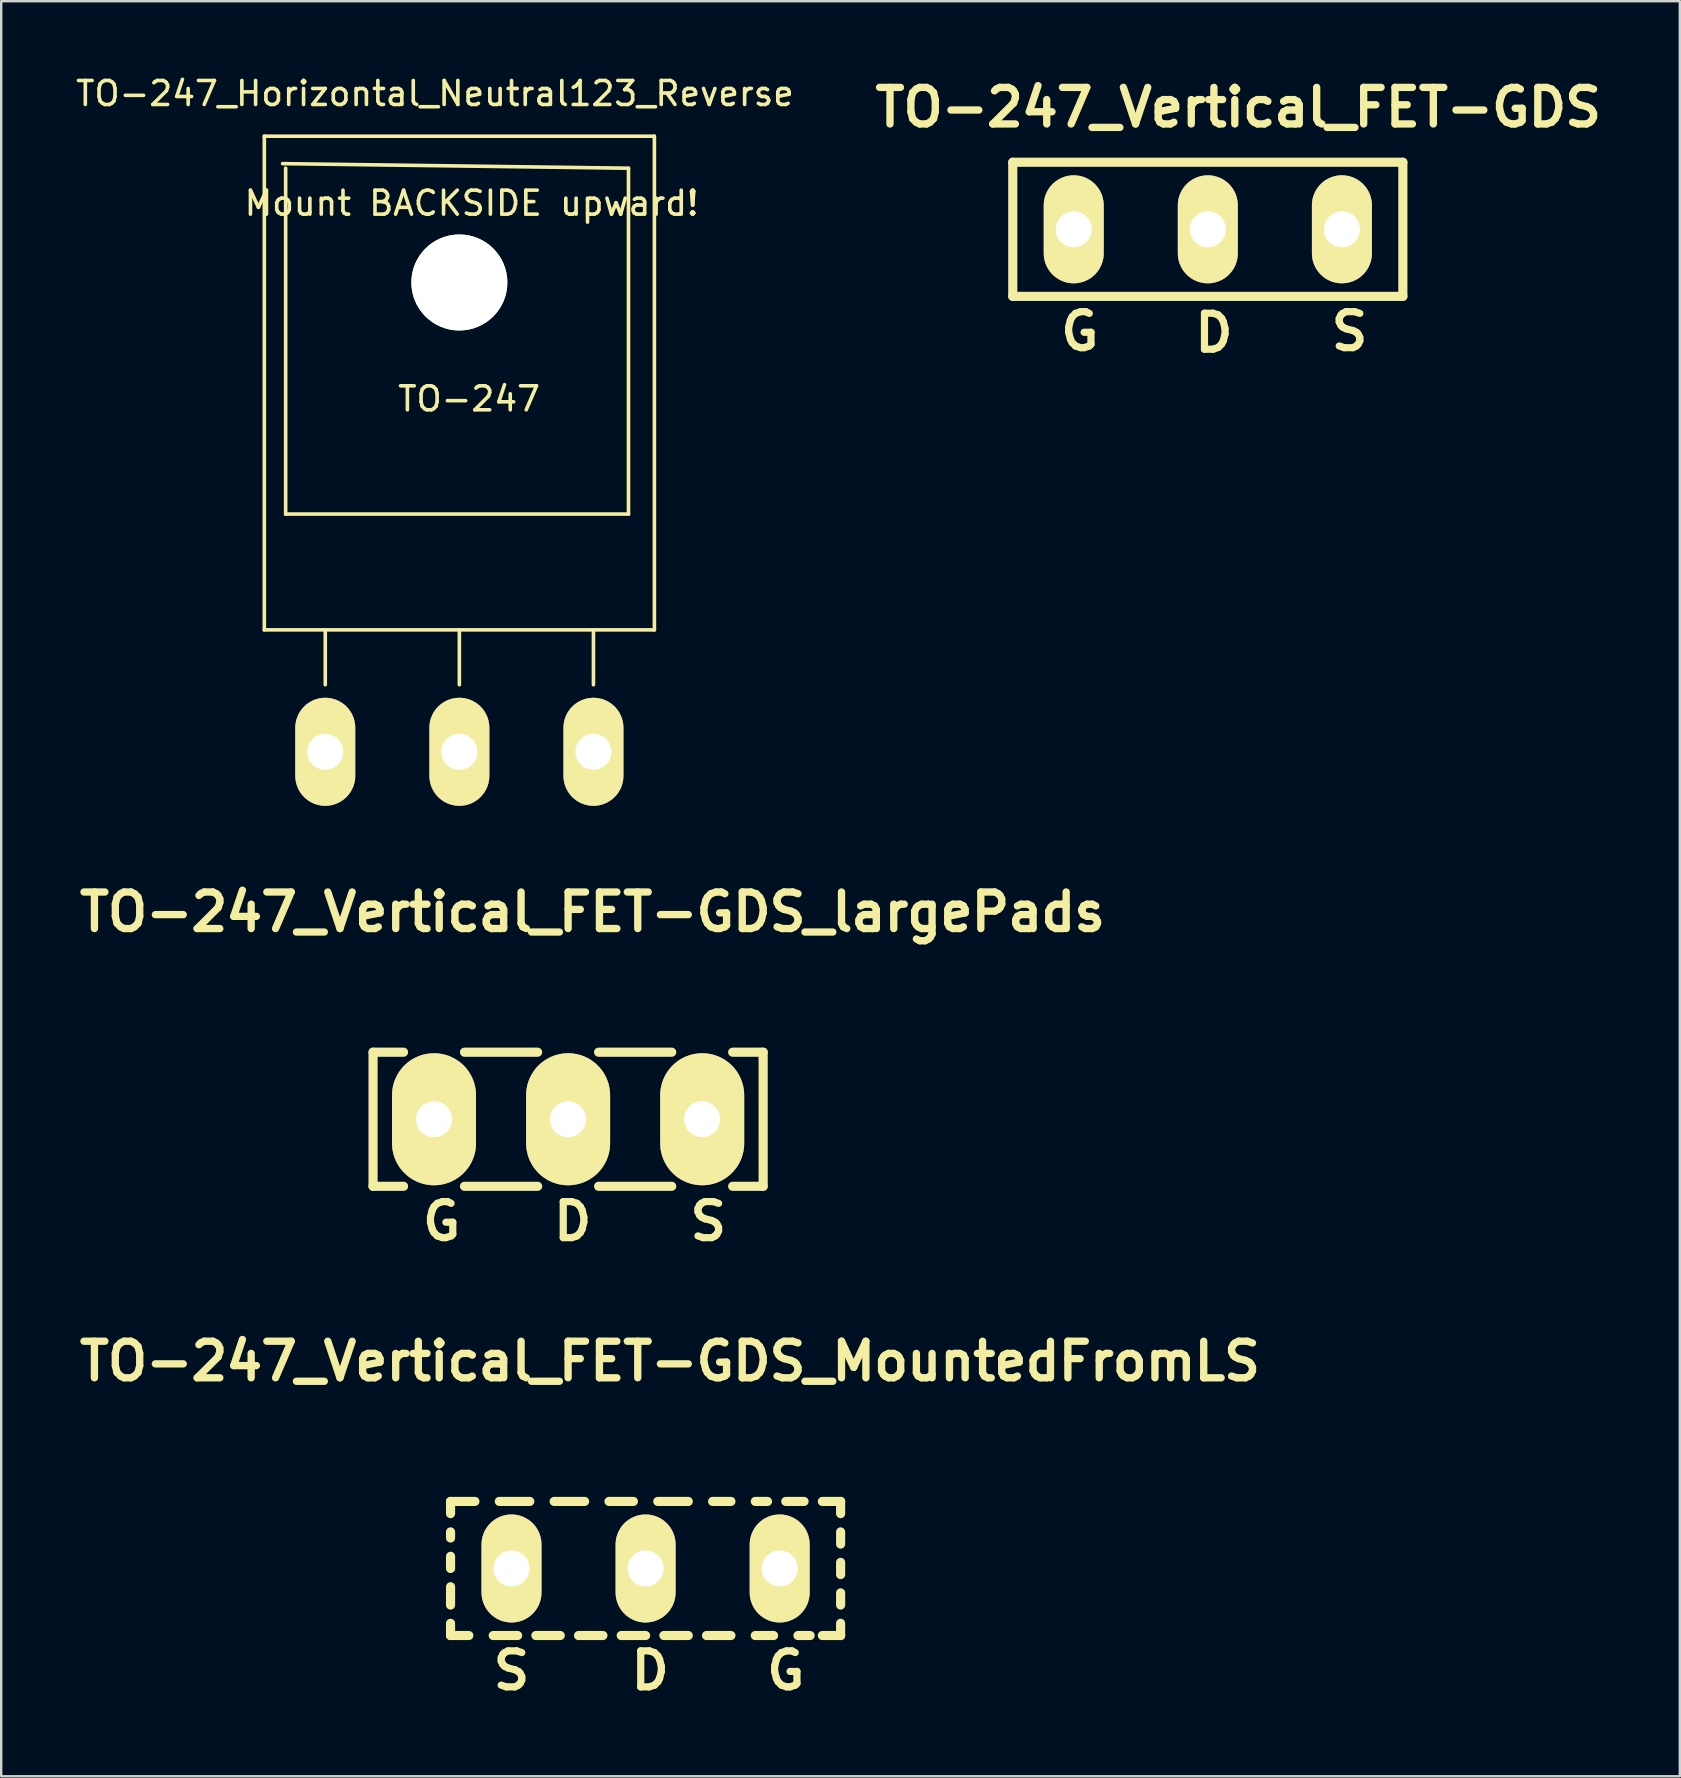
<source format=kicad_pcb>
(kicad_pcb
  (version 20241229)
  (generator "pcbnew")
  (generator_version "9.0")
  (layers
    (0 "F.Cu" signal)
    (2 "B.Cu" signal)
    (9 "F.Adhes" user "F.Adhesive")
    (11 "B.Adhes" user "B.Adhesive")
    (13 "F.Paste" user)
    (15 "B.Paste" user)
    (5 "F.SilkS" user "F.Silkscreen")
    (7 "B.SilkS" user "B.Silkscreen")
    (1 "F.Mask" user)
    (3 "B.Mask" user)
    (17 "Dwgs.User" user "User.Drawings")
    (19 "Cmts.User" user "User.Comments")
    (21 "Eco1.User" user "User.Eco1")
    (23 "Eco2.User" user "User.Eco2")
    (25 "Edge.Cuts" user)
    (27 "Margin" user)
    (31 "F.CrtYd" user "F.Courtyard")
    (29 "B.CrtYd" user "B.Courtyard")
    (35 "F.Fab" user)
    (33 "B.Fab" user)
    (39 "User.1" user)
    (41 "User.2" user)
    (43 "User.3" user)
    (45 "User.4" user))
  (footprint "TO-247_Vertical_FET-GDS_largePads"
    (layer "F.Cu")
    (at 20.625 43.593)
    (property "Reference" "TO-247_Vertical_FET-GDS_largePads" (at 1.016 -8.636 0) (layer "F.SilkS") (effects (font (size 1.524 1.524) (thickness 0.305))))
    (attr through_hole)
    (fp_line (start -8.128 -2.794) (end -8.128 2.794) (stroke (width 0.381) (type solid)) (layer "F.SilkS"))
    (fp_line (start -6.858 -2.794) (end -8.128 -2.794) (stroke (width 0.381) (type solid)) (layer "F.SilkS"))
    (fp_line (start -6.858 2.794) (end -8.128 2.794) (stroke (width 0.381) (type solid)) (layer "F.SilkS"))
    (fp_line (start -4.318 -2.794) (end -1.27 -2.794) (stroke (width 0.381) (type solid)) (layer "F.SilkS"))
    (fp_line (start -4.318 2.794) (end -1.27 2.794) (stroke (width 0.381) (type solid)) (layer "F.SilkS"))
    (fp_line (start 1.27 -2.794) (end 4.318 -2.794) (stroke (width 0.381) (type solid)) (layer "F.SilkS"))
    (fp_line (start 1.27 2.794) (end 4.318 2.794) (stroke (width 0.381) (type solid)) (layer "F.SilkS"))
    (fp_line (start 6.858 -2.794) (end 8.128 -2.794) (stroke (width 0.381) (type solid)) (layer "F.SilkS"))
    (fp_line (start 6.858 2.794) (end 8.128 2.794) (stroke (width 0.381) (type solid)) (layer "F.SilkS"))
    (fp_line (start 8.128 2.794) (end 8.128 -2.794) (stroke (width 0.381) (type solid)) (layer "F.SilkS"))
    (fp_text user "S" (at 5.842 4.255 0) (layer "F.SilkS") (effects (font (size 1.501 1.501) (thickness 0.3))))
    (fp_text user "D" (at 0.191 4.255 0) (layer "F.SilkS") (effects (font (size 1.501 1.501) (thickness 0.3))))
    (fp_text user "G" (at -5.271 4.255 0) (layer "F.SilkS") (effects (font (size 1.501 1.501) (thickness 0.3))))
    (pad "D" thru_hole oval (at 0 0 90) (size 5.502 3.5) (drill 1.501) (layers "*.Cu" "*.Mask" "F.SilkS"))
    (pad "G" thru_hole oval (at -5.588 0 90) (size 5.502 3.5) (drill 1.501) (layers "*.Cu" "*.Mask" "F.SilkS"))
    (pad "S" thru_hole oval (at 5.588 0 90) (size 5.502 3.5) (drill 1.501) (layers "*.Cu" "*.Mask" "F.SilkS")))
  (footprint "TO-247_Vertical_FET-GDS"
    (layer "F.Cu")
    (at 47.284 6.506)
    (property "Reference" "TO-247_Vertical_FET-GDS" (at 1.27 -5.08 0) (layer "F.SilkS") (effects (font (size 1.524 1.524) (thickness 0.305))))
    (attr through_hole)
    (fp_line (start -8.128 -2.794) (end -8.128 2.794) (stroke (width 0.381) (type solid)) (layer "F.SilkS"))
    (fp_line (start -8.128 2.794) (end 8.128 2.794) (stroke (width 0.381) (type solid)) (layer "F.SilkS"))
    (fp_line (start 8.128 -2.794) (end -8.128 -2.794) (stroke (width 0.381) (type solid)) (layer "F.SilkS"))
    (fp_line (start 8.128 2.794) (end 8.128 -2.794) (stroke (width 0.381) (type solid)) (layer "F.SilkS"))
    (fp_text user "G" (at -5.334 4.255 0) (layer "F.SilkS") (effects (font (size 1.501 1.501) (thickness 0.3))))
    (fp_text user "D" (at 0.254 4.318 0) (layer "F.SilkS") (effects (font (size 1.501 1.501) (thickness 0.3))))
    (fp_text user "S" (at 5.905 4.255 0) (layer "F.SilkS") (effects (font (size 1.501 1.501) (thickness 0.3))))
    (pad "D" thru_hole oval (at 0 0 90) (size 4.501 2.499) (drill 1.501) (layers "*.Cu" "*.Mask" "F.SilkS"))
    (pad "G" thru_hole oval (at -5.588 0 90) (size 4.501 2.499) (drill 1.501) (layers "*.Cu" "*.Mask" "F.SilkS"))
    (pad "S" thru_hole oval (at 5.588 0 90) (size 4.501 2.499) (drill 1.501) (layers "*.Cu" "*.Mask" "F.SilkS")))
  (footprint "TO-247_Horizontal_Neutral123_Reverse"
    (layer "F.Cu")
    (at 16.093 28.28)
    (property "Reference" "TO-247_Horizontal_Neutral123_Reverse" (at -1.016 -27.432 0) (layer "F.SilkS") (effects (font (size 1 1) (thickness 0.15))))
    (attr through_hole)
    (fp_line (start -8.128 -25.654) (end -8.128 -5.08) (stroke (width 0.15) (type solid)) (layer "F.SilkS"))
    (fp_line (start -8.128 -5.08) (end 8.128 -5.08) (stroke (width 0.15) (type solid)) (layer "F.SilkS"))
    (fp_line (start -7.366 -24.511) (end 7.048 -24.32) (stroke (width 0.15) (type solid)) (layer "F.SilkS"))
    (fp_line (start -7.239 -9.906) (end -7.239 -24.32) (stroke (width 0.15) (type solid)) (layer "F.SilkS"))
    (fp_line (start -5.588 -2.794) (end -5.588 -5.08) (stroke (width 0.15) (type solid)) (layer "F.SilkS"))
    (fp_line (start 0 -2.794) (end 0 -5.08) (stroke (width 0.15) (type solid)) (layer "F.SilkS"))
    (fp_line (start 5.588 -2.794) (end 5.588 -5.08) (stroke (width 0.15) (type solid)) (layer "F.SilkS"))
    (fp_line (start 7.048 -24.32) (end 7.048 -9.906) (stroke (width 0.15) (type solid)) (layer "F.SilkS"))
    (fp_line (start 7.048 -9.906) (end -7.239 -9.906) (stroke (width 0.15) (type solid)) (layer "F.SilkS"))
    (fp_line (start 8.128 -25.654) (end -8.128 -25.654) (stroke (width 0.15) (type solid)) (layer "F.SilkS"))
    (fp_line (start 8.128 -25.654) (end 8.128 -5.08) (stroke (width 0.15) (type solid)) (layer "F.SilkS"))
    (fp_circle (center 0 -19.558) (end 1.778 -19.558) (stroke (width 0.15) (type solid)) (fill no) (layer "F.SilkS"))
    (fp_text user "TO-247" (at 0.406 -14.707 0) (layer "F.SilkS") (effects (font (size 1 1) (thickness 0.15))))
    (fp_text user "Mount BACKSIDE upward!" (at 0.508 -22.86 0) (layer "F.SilkS") (effects (font (size 1 1) (thickness 0.15))))
    (pad "" np_thru_hole circle (at 0 -19.558) (size 4 4) (drill 4) (layers "*.Cu" "*.Mask" "F.SilkS"))
    (pad "1" thru_hole oval (at 5.588 0 90) (size 4.501 2.499) (drill 1.501) (layers "*.Cu" "*.Mask" "F.SilkS"))
    (pad "2" thru_hole oval (at 0 0 90) (size 4.501 2.499) (drill 1.501) (layers "*.Cu" "*.Mask" "F.SilkS"))
    (pad "3" thru_hole oval (at -5.588 0 90) (size 4.501 2.499) (drill 1.501) (layers "*.Cu" "*.Mask" "F.SilkS")))
  (footprint "TO-247_Vertical_FET-GDS_MountedFromLS"
    (layer "F.Cu")
    (at 23.854 62.314)
    (property "Reference" "TO-247_Vertical_FET-GDS_MountedFromLS" (at 1.016 -8.636 0) (layer "F.SilkS") (effects (font (size 1.524 1.524) (thickness 0.305))))
    (attr through_hole)
    (fp_line (start -8.128 -2.794) (end -8.128 -2.286) (stroke (width 0.381) (type solid)) (layer "F.SilkS"))
    (fp_line (start -8.128 -2.794) (end -7.112 -2.794) (stroke (width 0.381) (type solid)) (layer "F.SilkS"))
    (fp_line (start -8.128 -1.27) (end -8.128 -1.524) (stroke (width 0.381) (type solid)) (layer "F.SilkS"))
    (fp_line (start -8.128 0) (end -8.128 -0.508) (stroke (width 0.381) (type solid)) (layer "F.SilkS"))
    (fp_line (start -8.128 1.524) (end -8.128 0.762) (stroke (width 0.381) (type solid)) (layer "F.SilkS"))
    (fp_line (start -8.128 2.794) (end -8.128 2.286) (stroke (width 0.381) (type solid)) (layer "F.SilkS"))
    (fp_line (start -8.128 2.794) (end -7.366 2.794) (stroke (width 0.381) (type solid)) (layer "F.SilkS"))
    (fp_line (start -6.35 2.794) (end -5.334 2.794) (stroke (width 0.381) (type solid)) (layer "F.SilkS"))
    (fp_line (start -6.096 -2.794) (end -4.826 -2.794) (stroke (width 0.381) (type solid)) (layer "F.SilkS"))
    (fp_line (start -4.572 2.794) (end -3.556 2.794) (stroke (width 0.381) (type solid)) (layer "F.SilkS"))
    (fp_line (start -3.81 -2.794) (end -2.54 -2.794) (stroke (width 0.381) (type solid)) (layer "F.SilkS"))
    (fp_line (start -2.794 2.794) (end -1.778 2.794) (stroke (width 0.381) (type solid)) (layer "F.SilkS"))
    (fp_line (start -1.524 -2.794) (end -0.508 -2.794) (stroke (width 0.381) (type solid)) (layer "F.SilkS"))
    (fp_line (start -1.016 2.794) (end 0 2.794) (stroke (width 0.381) (type solid)) (layer "F.SilkS"))
    (fp_line (start 0.508 -2.794) (end 1.778 -2.794) (stroke (width 0.381) (type solid)) (layer "F.SilkS"))
    (fp_line (start 1.27 2.794) (end 0.762 2.794) (stroke (width 0.381) (type solid)) (layer "F.SilkS"))
    (fp_line (start 1.27 2.794) (end 1.778 2.794) (stroke (width 0.381) (type solid)) (layer "F.SilkS"))
    (fp_line (start 2.54 2.794) (end 3.556 2.794) (stroke (width 0.381) (type solid)) (layer "F.SilkS"))
    (fp_line (start 2.794 -2.794) (end 3.556 -2.794) (stroke (width 0.381) (type solid)) (layer "F.SilkS"))
    (fp_line (start 4.572 2.794) (end 5.334 2.794) (stroke (width 0.381) (type solid)) (layer "F.SilkS"))
    (fp_line (start 5.08 -2.794) (end 4.572 -2.794) (stroke (width 0.381) (type solid)) (layer "F.SilkS"))
    (fp_line (start 6.35 2.794) (end 6.858 2.794) (stroke (width 0.381) (type solid)) (layer "F.SilkS"))
    (fp_line (start 6.604 -2.794) (end 5.842 -2.794) (stroke (width 0.381) (type solid)) (layer "F.SilkS"))
    (fp_line (start 7.366 2.794) (end 8.128 2.794) (stroke (width 0.381) (type solid)) (layer "F.SilkS"))
    (fp_line (start 8.128 -2.794) (end 7.366 -2.794) (stroke (width 0.381) (type solid)) (layer "F.SilkS"))
    (fp_line (start 8.128 -2.794) (end 8.128 -2.286) (stroke (width 0.381) (type solid)) (layer "F.SilkS"))
    (fp_line (start 8.128 -1.524) (end 8.128 -1.016) (stroke (width 0.381) (type solid)) (layer "F.SilkS"))
    (fp_line (start 8.128 -0.254) (end 8.128 0.254) (stroke (width 0.381) (type solid)) (layer "F.SilkS"))
    (fp_line (start 8.128 1.016) (end 8.128 1.524) (stroke (width 0.381) (type solid)) (layer "F.SilkS"))
    (fp_line (start 8.128 2.794) (end 8.128 2.286) (stroke (width 0.381) (type solid)) (layer "F.SilkS"))
    (fp_text user "G" (at 5.842 4.255 0) (layer "F.SilkS") (effects (font (size 1.501 1.501) (thickness 0.3))))
    (fp_text user "S" (at -5.588 4.255 0) (layer "F.SilkS") (effects (font (size 1.501 1.501) (thickness 0.3))))
    (fp_text user "D" (at 0.191 4.255 0) (layer "F.SilkS") (effects (font (size 1.501 1.501) (thickness 0.3))))
    (pad "D" thru_hole oval (at 0 0 90) (size 4.501 2.499) (drill 1.501) (layers "*.Cu" "*.Mask" "F.SilkS"))
    (pad "G" thru_hole oval (at 5.588 0 90) (size 4.501 2.499) (drill 1.501) (layers "*.Cu" "*.Mask" "F.SilkS"))
    (pad "S" thru_hole oval (at -5.588 0 90) (size 4.501 2.499) (drill 1.501) (layers "*.Cu" "*.Mask" "F.SilkS")))
  (gr_rect
    (start -3 -3)
    (end 66.954 70.973)
    (stroke (width 0.1) (type default))
    (fill no)
    (layer "Edge.Cuts")))
</source>
